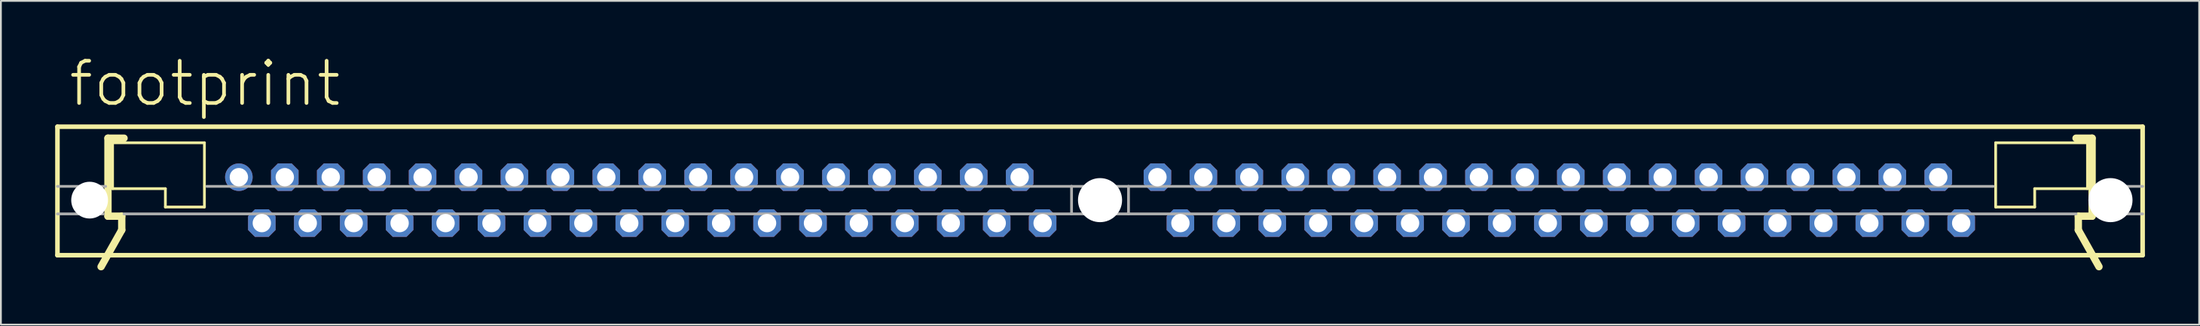
<source format=kicad_pcb>
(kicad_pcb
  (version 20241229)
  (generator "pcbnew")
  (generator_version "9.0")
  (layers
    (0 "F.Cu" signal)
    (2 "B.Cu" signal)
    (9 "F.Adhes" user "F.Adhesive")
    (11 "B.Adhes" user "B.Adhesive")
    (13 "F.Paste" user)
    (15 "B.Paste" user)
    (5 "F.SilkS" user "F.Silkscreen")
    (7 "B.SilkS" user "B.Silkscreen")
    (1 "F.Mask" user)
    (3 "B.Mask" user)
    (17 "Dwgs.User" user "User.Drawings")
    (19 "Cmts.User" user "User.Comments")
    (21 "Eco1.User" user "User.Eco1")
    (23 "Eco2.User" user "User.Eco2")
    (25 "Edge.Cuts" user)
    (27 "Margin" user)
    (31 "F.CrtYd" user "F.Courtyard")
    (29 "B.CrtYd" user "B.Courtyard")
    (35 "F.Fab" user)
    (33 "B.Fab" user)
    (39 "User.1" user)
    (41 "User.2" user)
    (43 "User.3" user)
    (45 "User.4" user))
  (footprint "footprint"
    (layer "F.Cu")
    (at 57.785 8.026)
    (property "Reference" "footprint" (at -57.15 -5.08 0) (layer "F.SilkS") (effects (font (size 2.337 2.337) (thickness 0.203)) (justify left bottom)))
    (fp_line (start -57.658 -4.064) (end 57.658 -4.064) (stroke (width 0.254) (type solid)) (layer "F.SilkS"))
    (fp_line (start -57.658 3.048) (end -57.658 -4.064) (stroke (width 0.254) (type solid)) (layer "F.SilkS"))
    (fp_line (start -54.864 -3.429) (end -54.864 0.889) (stroke (width 0.406) (type solid)) (layer "F.SilkS"))
    (fp_line (start -54.864 0.889) (end -54.102 0.889) (stroke (width 0.406) (type solid)) (layer "F.SilkS"))
    (fp_line (start -54.61 -3.175) (end -54.61 -0.635) (stroke (width 0.152) (type solid)) (layer "F.SilkS"))
    (fp_line (start -54.102 0.889) (end -54.102 1.651) (stroke (width 0.406) (type solid)) (layer "F.SilkS"))
    (fp_line (start -54.102 1.651) (end -55.245 3.683) (stroke (width 0.406) (type solid)) (layer "F.SilkS"))
    (fp_line (start -53.975 -3.429) (end -54.864 -3.429) (stroke (width 0.406) (type solid)) (layer "F.SilkS"))
    (fp_line (start -51.689 -0.635) (end -54.61 -0.635) (stroke (width 0.152) (type solid)) (layer "F.SilkS"))
    (fp_line (start -51.689 0.381) (end -51.689 -0.635) (stroke (width 0.152) (type solid)) (layer "F.SilkS"))
    (fp_line (start -51.689 0.381) (end -49.53 0.381) (stroke (width 0.152) (type solid)) (layer "F.SilkS"))
    (fp_line (start -49.53 -3.175) (end -54.61 -3.175) (stroke (width 0.152) (type solid)) (layer "F.SilkS"))
    (fp_line (start -49.53 0.381) (end -49.53 -3.175) (stroke (width 0.152) (type solid)) (layer "F.SilkS"))
    (fp_line (start 49.53 -3.175) (end 54.61 -3.175) (stroke (width 0.152) (type solid)) (layer "F.SilkS"))
    (fp_line (start 49.53 0.381) (end 49.53 -3.175) (stroke (width 0.152) (type solid)) (layer "F.SilkS"))
    (fp_line (start 51.689 -0.635) (end 54.61 -0.635) (stroke (width 0.152) (type solid)) (layer "F.SilkS"))
    (fp_line (start 51.689 0.381) (end 49.53 0.381) (stroke (width 0.152) (type solid)) (layer "F.SilkS"))
    (fp_line (start 51.689 0.381) (end 51.689 -0.635) (stroke (width 0.152) (type solid)) (layer "F.SilkS"))
    (fp_line (start 53.975 -3.429) (end 54.864 -3.429) (stroke (width 0.406) (type solid)) (layer "F.SilkS"))
    (fp_line (start 54.102 0.889) (end 54.102 1.651) (stroke (width 0.406) (type solid)) (layer "F.SilkS"))
    (fp_line (start 54.102 1.651) (end 55.245 3.683) (stroke (width 0.406) (type solid)) (layer "F.SilkS"))
    (fp_line (start 54.61 -3.175) (end 54.61 -0.635) (stroke (width 0.152) (type solid)) (layer "F.SilkS"))
    (fp_line (start 54.864 -3.429) (end 54.864 0.889) (stroke (width 0.406) (type solid)) (layer "F.SilkS"))
    (fp_line (start 54.864 0.889) (end 54.102 0.889) (stroke (width 0.406) (type solid)) (layer "F.SilkS"))
    (fp_line (start 57.658 -4.064) (end 57.658 3.048) (stroke (width 0.254) (type solid)) (layer "F.SilkS"))
    (fp_line (start 57.658 3.048) (end -57.658 3.048) (stroke (width 0.254) (type solid)) (layer "F.SilkS"))
    (fp_line (start -57.658 -0.762) (end -54.991 -0.762) (stroke (width 0.152) (type solid)) (layer "F.Fab"))
    (fp_line (start -57.658 0.762) (end -55.118 0.762) (stroke (width 0.152) (type solid)) (layer "F.Fab"))
    (fp_line (start -53.975 0.762) (end -1.575 0.762) (stroke (width 0.152) (type solid)) (layer "F.Fab"))
    (fp_line (start -49.403 -0.762) (end -1.575 -0.762) (stroke (width 0.152) (type solid)) (layer "F.Fab"))
    (fp_line (start -1.575 -0.762) (end 1.575 -0.762) (stroke (width 0.152) (type solid)) (layer "F.Fab"))
    (fp_line (start -1.575 0.762) (end -1.575 -0.762) (stroke (width 0.152) (type solid)) (layer "F.Fab"))
    (fp_line (start -1.575 0.762) (end 1.575 0.762) (stroke (width 0.152) (type solid)) (layer "F.Fab"))
    (fp_line (start 1.575 0.762) (end 1.575 -0.762) (stroke (width 0.152) (type solid)) (layer "F.Fab"))
    (fp_line (start 49.403 -0.762) (end 1.575 -0.762) (stroke (width 0.152) (type solid)) (layer "F.Fab"))
    (fp_line (start 53.975 0.762) (end 1.575 0.762) (stroke (width 0.152) (type solid)) (layer "F.Fab"))
    (fp_line (start 57.658 -0.762) (end 55.245 -0.762) (stroke (width 0.152) (type solid)) (layer "F.Fab"))
    (fp_line (start 57.658 0.762) (end 55.118 0.762) (stroke (width 0.152) (type solid)) (layer "F.Fab"))
    (pad "" np_thru_hole circle (at -55.88 0) (size 2.032 2.032) (drill 2.032) (layers "*.Cu" "*.Mask"))
    (pad "" np_thru_hole circle (at 0 0) (size 2.438 2.438) (drill 2.438) (layers "*.Cu" "*.Mask"))
    (pad "" np_thru_hole circle (at 55.88 0) (size 2.438 2.438) (drill 2.438) (layers "*.Cu" "*.Mask"))
    (pad "1" thru_hole circle (at -47.625 -1.27) (size 1.524 1.524) (drill 1.016) (layers "*.Cu" "*.Mask"))
    (pad "2" thru_hole roundrect (at -46.355 1.27) (size 1.524 1.524) (drill 1.016) (layers "*.Cu" "*.Mask") (roundrect_rratio 0.25) (chamfer_ratio 0.25) (chamfer top_left top_right bottom_left bottom_right))
    (pad "3" thru_hole roundrect (at -45.085 -1.27) (size 1.524 1.524) (drill 1.016) (layers "*.Cu" "*.Mask") (roundrect_rratio 0.25) (chamfer_ratio 0.25) (chamfer top_left top_right bottom_left bottom_right))
    (pad "4" thru_hole roundrect (at -43.815 1.27) (size 1.524 1.524) (drill 1.016) (layers "*.Cu" "*.Mask") (roundrect_rratio 0.25) (chamfer_ratio 0.25) (chamfer top_left top_right bottom_left bottom_right))
    (pad "5" thru_hole roundrect (at -42.545 -1.27) (size 1.524 1.524) (drill 1.016) (layers "*.Cu" "*.Mask") (roundrect_rratio 0.25) (chamfer_ratio 0.25) (chamfer top_left top_right bottom_left bottom_right))
    (pad "6" thru_hole roundrect (at -41.275 1.27) (size 1.524 1.524) (drill 1.016) (layers "*.Cu" "*.Mask") (roundrect_rratio 0.25) (chamfer_ratio 0.25) (chamfer top_left top_right bottom_left bottom_right))
    (pad "7" thru_hole roundrect (at -40.005 -1.27) (size 1.524 1.524) (drill 1.016) (layers "*.Cu" "*.Mask") (roundrect_rratio 0.25) (chamfer_ratio 0.25) (chamfer top_left top_right bottom_left bottom_right))
    (pad "8" thru_hole roundrect (at -38.735 1.27) (size 1.524 1.524) (drill 1.016) (layers "*.Cu" "*.Mask") (roundrect_rratio 0.25) (chamfer_ratio 0.25) (chamfer top_left top_right bottom_left bottom_right))
    (pad "9" thru_hole roundrect (at -37.465 -1.27) (size 1.524 1.524) (drill 1.016) (layers "*.Cu" "*.Mask") (roundrect_rratio 0.25) (chamfer_ratio 0.25) (chamfer top_left top_right bottom_left bottom_right))
    (pad "10" thru_hole roundrect (at -36.195 1.27) (size 1.524 1.524) (drill 1.016) (layers "*.Cu" "*.Mask") (roundrect_rratio 0.25) (chamfer_ratio 0.25) (chamfer top_left top_right bottom_left bottom_right))
    (pad "11" thru_hole roundrect (at -34.925 -1.27) (size 1.524 1.524) (drill 1.016) (layers "*.Cu" "*.Mask") (roundrect_rratio 0.25) (chamfer_ratio 0.25) (chamfer top_left top_right bottom_left bottom_right))
    (pad "12" thru_hole roundrect (at -33.655 1.27) (size 1.524 1.524) (drill 1.016) (layers "*.Cu" "*.Mask") (roundrect_rratio 0.25) (chamfer_ratio 0.25) (chamfer top_left top_right bottom_left bottom_right))
    (pad "13" thru_hole roundrect (at -32.385 -1.27) (size 1.524 1.524) (drill 1.016) (layers "*.Cu" "*.Mask") (roundrect_rratio 0.25) (chamfer_ratio 0.25) (chamfer top_left top_right bottom_left bottom_right))
    (pad "14" thru_hole roundrect (at -31.115 1.27) (size 1.524 1.524) (drill 1.016) (layers "*.Cu" "*.Mask") (roundrect_rratio 0.25) (chamfer_ratio 0.25) (chamfer top_left top_right bottom_left bottom_right))
    (pad "15" thru_hole roundrect (at -29.845 -1.27) (size 1.524 1.524) (drill 1.016) (layers "*.Cu" "*.Mask") (roundrect_rratio 0.25) (chamfer_ratio 0.25) (chamfer top_left top_right bottom_left bottom_right))
    (pad "16" thru_hole roundrect (at -28.575 1.27) (size 1.524 1.524) (drill 1.016) (layers "*.Cu" "*.Mask") (roundrect_rratio 0.25) (chamfer_ratio 0.25) (chamfer top_left top_right bottom_left bottom_right))
    (pad "17" thru_hole roundrect (at -27.305 -1.27) (size 1.524 1.524) (drill 1.016) (layers "*.Cu" "*.Mask") (roundrect_rratio 0.25) (chamfer_ratio 0.25) (chamfer top_left top_right bottom_left bottom_right))
    (pad "18" thru_hole roundrect (at -26.035 1.27) (size 1.524 1.524) (drill 1.016) (layers "*.Cu" "*.Mask") (roundrect_rratio 0.25) (chamfer_ratio 0.25) (chamfer top_left top_right bottom_left bottom_right))
    (pad "19" thru_hole roundrect (at -24.765 -1.27) (size 1.524 1.524) (drill 1.016) (layers "*.Cu" "*.Mask") (roundrect_rratio 0.25) (chamfer_ratio 0.25) (chamfer top_left top_right bottom_left bottom_right))
    (pad "20" thru_hole roundrect (at -23.495 1.27) (size 1.524 1.524) (drill 1.016) (layers "*.Cu" "*.Mask") (roundrect_rratio 0.25) (chamfer_ratio 0.25) (chamfer top_left top_right bottom_left bottom_right))
    (pad "21" thru_hole roundrect (at -22.225 -1.27) (size 1.524 1.524) (drill 1.016) (layers "*.Cu" "*.Mask") (roundrect_rratio 0.25) (chamfer_ratio 0.25) (chamfer top_left top_right bottom_left bottom_right))
    (pad "22" thru_hole roundrect (at -20.955 1.27) (size 1.524 1.524) (drill 1.016) (layers "*.Cu" "*.Mask") (roundrect_rratio 0.25) (chamfer_ratio 0.25) (chamfer top_left top_right bottom_left bottom_right))
    (pad "23" thru_hole roundrect (at -19.685 -1.27) (size 1.524 1.524) (drill 1.016) (layers "*.Cu" "*.Mask") (roundrect_rratio 0.25) (chamfer_ratio 0.25) (chamfer top_left top_right bottom_left bottom_right))
    (pad "24" thru_hole roundrect (at -18.415 1.27) (size 1.524 1.524) (drill 1.016) (layers "*.Cu" "*.Mask") (roundrect_rratio 0.25) (chamfer_ratio 0.25) (chamfer top_left top_right bottom_left bottom_right))
    (pad "25" thru_hole roundrect (at -17.145 -1.27) (size 1.524 1.524) (drill 1.016) (layers "*.Cu" "*.Mask") (roundrect_rratio 0.25) (chamfer_ratio 0.25) (chamfer top_left top_right bottom_left bottom_right))
    (pad "26" thru_hole roundrect (at -15.875 1.27) (size 1.524 1.524) (drill 1.016) (layers "*.Cu" "*.Mask") (roundrect_rratio 0.25) (chamfer_ratio 0.25) (chamfer top_left top_right bottom_left bottom_right))
    (pad "27" thru_hole roundrect (at -14.605 -1.27) (size 1.524 1.524) (drill 1.016) (layers "*.Cu" "*.Mask") (roundrect_rratio 0.25) (chamfer_ratio 0.25) (chamfer top_left top_right bottom_left bottom_right))
    (pad "28" thru_hole roundrect (at -13.335 1.27) (size 1.524 1.524) (drill 1.016) (layers "*.Cu" "*.Mask") (roundrect_rratio 0.25) (chamfer_ratio 0.25) (chamfer top_left top_right bottom_left bottom_right))
    (pad "29" thru_hole roundrect (at -12.065 -1.27) (size 1.524 1.524) (drill 1.016) (layers "*.Cu" "*.Mask") (roundrect_rratio 0.25) (chamfer_ratio 0.25) (chamfer top_left top_right bottom_left bottom_right))
    (pad "30" thru_hole roundrect (at -10.795 1.27) (size 1.524 1.524) (drill 1.016) (layers "*.Cu" "*.Mask") (roundrect_rratio 0.25) (chamfer_ratio 0.25) (chamfer top_left top_right bottom_left bottom_right))
    (pad "31" thru_hole roundrect (at -9.525 -1.27) (size 1.524 1.524) (drill 1.016) (layers "*.Cu" "*.Mask") (roundrect_rratio 0.25) (chamfer_ratio 0.25) (chamfer top_left top_right bottom_left bottom_right))
    (pad "32" thru_hole roundrect (at -8.255 1.27) (size 1.524 1.524) (drill 1.016) (layers "*.Cu" "*.Mask") (roundrect_rratio 0.25) (chamfer_ratio 0.25) (chamfer top_left top_right bottom_left bottom_right))
    (pad "33" thru_hole roundrect (at -6.985 -1.27) (size 1.524 1.524) (drill 1.016) (layers "*.Cu" "*.Mask") (roundrect_rratio 0.25) (chamfer_ratio 0.25) (chamfer top_left top_right bottom_left bottom_right))
    (pad "34" thru_hole roundrect (at -5.715 1.27) (size 1.524 1.524) (drill 1.016) (layers "*.Cu" "*.Mask") (roundrect_rratio 0.25) (chamfer_ratio 0.25) (chamfer top_left top_right bottom_left bottom_right))
    (pad "35" thru_hole roundrect (at -4.445 -1.27) (size 1.524 1.524) (drill 1.016) (layers "*.Cu" "*.Mask") (roundrect_rratio 0.25) (chamfer_ratio 0.25) (chamfer top_left top_right bottom_left bottom_right))
    (pad "36" thru_hole roundrect (at -3.175 1.27) (size 1.524 1.524) (drill 1.016) (layers "*.Cu" "*.Mask") (roundrect_rratio 0.25) (chamfer_ratio 0.25) (chamfer top_left top_right bottom_left bottom_right))
    (pad "37" thru_hole roundrect (at 3.175 -1.27) (size 1.524 1.524) (drill 1.016) (layers "*.Cu" "*.Mask") (roundrect_rratio 0.25) (chamfer_ratio 0.25) (chamfer top_left top_right bottom_left bottom_right))
    (pad "38" thru_hole roundrect (at 4.445 1.27) (size 1.524 1.524) (drill 1.016) (layers "*.Cu" "*.Mask") (roundrect_rratio 0.25) (chamfer_ratio 0.25) (chamfer top_left top_right bottom_left bottom_right))
    (pad "39" thru_hole roundrect (at 5.715 -1.27) (size 1.524 1.524) (drill 1.016) (layers "*.Cu" "*.Mask") (roundrect_rratio 0.25) (chamfer_ratio 0.25) (chamfer top_left top_right bottom_left bottom_right))
    (pad "40" thru_hole roundrect (at 6.985 1.27) (size 1.524 1.524) (drill 1.016) (layers "*.Cu" "*.Mask") (roundrect_rratio 0.25) (chamfer_ratio 0.25) (chamfer top_left top_right bottom_left bottom_right))
    (pad "41" thru_hole roundrect (at 8.255 -1.27) (size 1.524 1.524) (drill 1.016) (layers "*.Cu" "*.Mask") (roundrect_rratio 0.25) (chamfer_ratio 0.25) (chamfer top_left top_right bottom_left bottom_right))
    (pad "42" thru_hole roundrect (at 9.525 1.27) (size 1.524 1.524) (drill 1.016) (layers "*.Cu" "*.Mask") (roundrect_rratio 0.25) (chamfer_ratio 0.25) (chamfer top_left top_right bottom_left bottom_right))
    (pad "43" thru_hole roundrect (at 10.795 -1.27) (size 1.524 1.524) (drill 1.016) (layers "*.Cu" "*.Mask") (roundrect_rratio 0.25) (chamfer_ratio 0.25) (chamfer top_left top_right bottom_left bottom_right))
    (pad "44" thru_hole roundrect (at 12.065 1.27) (size 1.524 1.524) (drill 1.016) (layers "*.Cu" "*.Mask") (roundrect_rratio 0.25) (chamfer_ratio 0.25) (chamfer top_left top_right bottom_left bottom_right))
    (pad "45" thru_hole roundrect (at 13.335 -1.27) (size 1.524 1.524) (drill 1.016) (layers "*.Cu" "*.Mask") (roundrect_rratio 0.25) (chamfer_ratio 0.25) (chamfer top_left top_right bottom_left bottom_right))
    (pad "46" thru_hole roundrect (at 14.605 1.27) (size 1.524 1.524) (drill 1.016) (layers "*.Cu" "*.Mask") (roundrect_rratio 0.25) (chamfer_ratio 0.25) (chamfer top_left top_right bottom_left bottom_right))
    (pad "47" thru_hole roundrect (at 15.875 -1.27) (size 1.524 1.524) (drill 1.016) (layers "*.Cu" "*.Mask") (roundrect_rratio 0.25) (chamfer_ratio 0.25) (chamfer top_left top_right bottom_left bottom_right))
    (pad "48" thru_hole roundrect (at 17.145 1.27) (size 1.524 1.524) (drill 1.016) (layers "*.Cu" "*.Mask") (roundrect_rratio 0.25) (chamfer_ratio 0.25) (chamfer top_left top_right bottom_left bottom_right))
    (pad "49" thru_hole roundrect (at 18.415 -1.27) (size 1.524 1.524) (drill 1.016) (layers "*.Cu" "*.Mask") (roundrect_rratio 0.25) (chamfer_ratio 0.25) (chamfer top_left top_right bottom_left bottom_right))
    (pad "50" thru_hole roundrect (at 19.685 1.27) (size 1.524 1.524) (drill 1.016) (layers "*.Cu" "*.Mask") (roundrect_rratio 0.25) (chamfer_ratio 0.25) (chamfer top_left top_right bottom_left bottom_right))
    (pad "51" thru_hole roundrect (at 20.955 -1.27) (size 1.524 1.524) (drill 1.016) (layers "*.Cu" "*.Mask") (roundrect_rratio 0.25) (chamfer_ratio 0.25) (chamfer top_left top_right bottom_left bottom_right))
    (pad "52" thru_hole roundrect (at 22.225 1.27) (size 1.524 1.524) (drill 1.016) (layers "*.Cu" "*.Mask") (roundrect_rratio 0.25) (chamfer_ratio 0.25) (chamfer top_left top_right bottom_left bottom_right))
    (pad "53" thru_hole roundrect (at 23.495 -1.27) (size 1.524 1.524) (drill 1.016) (layers "*.Cu" "*.Mask") (roundrect_rratio 0.25) (chamfer_ratio 0.25) (chamfer top_left top_right bottom_left bottom_right))
    (pad "54" thru_hole roundrect (at 24.765 1.27) (size 1.524 1.524) (drill 1.016) (layers "*.Cu" "*.Mask") (roundrect_rratio 0.25) (chamfer_ratio 0.25) (chamfer top_left top_right bottom_left bottom_right))
    (pad "55" thru_hole roundrect (at 26.035 -1.27) (size 1.524 1.524) (drill 1.016) (layers "*.Cu" "*.Mask") (roundrect_rratio 0.25) (chamfer_ratio 0.25) (chamfer top_left top_right bottom_left bottom_right))
    (pad "56" thru_hole roundrect (at 27.305 1.27) (size 1.524 1.524) (drill 1.016) (layers "*.Cu" "*.Mask") (roundrect_rratio 0.25) (chamfer_ratio 0.25) (chamfer top_left top_right bottom_left bottom_right))
    (pad "57" thru_hole roundrect (at 28.575 -1.27) (size 1.524 1.524) (drill 1.016) (layers "*.Cu" "*.Mask") (roundrect_rratio 0.25) (chamfer_ratio 0.25) (chamfer top_left top_right bottom_left bottom_right))
    (pad "58" thru_hole roundrect (at 29.845 1.27) (size 1.524 1.524) (drill 1.016) (layers "*.Cu" "*.Mask") (roundrect_rratio 0.25) (chamfer_ratio 0.25) (chamfer top_left top_right bottom_left bottom_right))
    (pad "59" thru_hole roundrect (at 31.115 -1.27) (size 1.524 1.524) (drill 1.016) (layers "*.Cu" "*.Mask") (roundrect_rratio 0.25) (chamfer_ratio 0.25) (chamfer top_left top_right bottom_left bottom_right))
    (pad "60" thru_hole roundrect (at 32.385 1.27) (size 1.524 1.524) (drill 1.016) (layers "*.Cu" "*.Mask") (roundrect_rratio 0.25) (chamfer_ratio 0.25) (chamfer top_left top_right bottom_left bottom_right))
    (pad "61" thru_hole roundrect (at 33.655 -1.27) (size 1.524 1.524) (drill 1.016) (layers "*.Cu" "*.Mask") (roundrect_rratio 0.25) (chamfer_ratio 0.25) (chamfer top_left top_right bottom_left bottom_right))
    (pad "62" thru_hole roundrect (at 34.925 1.27) (size 1.524 1.524) (drill 1.016) (layers "*.Cu" "*.Mask") (roundrect_rratio 0.25) (chamfer_ratio 0.25) (chamfer top_left top_right bottom_left bottom_right))
    (pad "63" thru_hole roundrect (at 36.195 -1.27) (size 1.524 1.524) (drill 1.016) (layers "*.Cu" "*.Mask") (roundrect_rratio 0.25) (chamfer_ratio 0.25) (chamfer top_left top_right bottom_left bottom_right))
    (pad "64" thru_hole roundrect (at 37.465 1.27) (size 1.524 1.524) (drill 1.016) (layers "*.Cu" "*.Mask") (roundrect_rratio 0.25) (chamfer_ratio 0.25) (chamfer top_left top_right bottom_left bottom_right))
    (pad "65" thru_hole roundrect (at 38.735 -1.27) (size 1.524 1.524) (drill 1.016) (layers "*.Cu" "*.Mask") (roundrect_rratio 0.25) (chamfer_ratio 0.25) (chamfer top_left top_right bottom_left bottom_right))
    (pad "66" thru_hole roundrect (at 40.005 1.27) (size 1.524 1.524) (drill 1.016) (layers "*.Cu" "*.Mask") (roundrect_rratio 0.25) (chamfer_ratio 0.25) (chamfer top_left top_right bottom_left bottom_right))
    (pad "67" thru_hole roundrect (at 41.275 -1.27) (size 1.524 1.524) (drill 1.016) (layers "*.Cu" "*.Mask") (roundrect_rratio 0.25) (chamfer_ratio 0.25) (chamfer top_left top_right bottom_left bottom_right))
    (pad "68" thru_hole roundrect (at 42.545 1.27) (size 1.524 1.524) (drill 1.016) (layers "*.Cu" "*.Mask") (roundrect_rratio 0.25) (chamfer_ratio 0.25) (chamfer top_left top_right bottom_left bottom_right))
    (pad "69" thru_hole roundrect (at 43.815 -1.27) (size 1.524 1.524) (drill 1.016) (layers "*.Cu" "*.Mask") (roundrect_rratio 0.25) (chamfer_ratio 0.25) (chamfer top_left top_right bottom_left bottom_right))
    (pad "70" thru_hole roundrect (at 45.085 1.27) (size 1.524 1.524) (drill 1.016) (layers "*.Cu" "*.Mask") (roundrect_rratio 0.25) (chamfer_ratio 0.25) (chamfer top_left top_right bottom_left bottom_right))
    (pad "71" thru_hole roundrect (at 46.355 -1.27) (size 1.524 1.524) (drill 1.016) (layers "*.Cu" "*.Mask") (roundrect_rratio 0.25) (chamfer_ratio 0.25) (chamfer top_left top_right bottom_left bottom_right))
    (pad "72" thru_hole roundrect (at 47.625 1.27) (size 1.524 1.524) (drill 1.016) (layers "*.Cu" "*.Mask") (roundrect_rratio 0.25) (chamfer_ratio 0.25) (chamfer top_left top_right bottom_left bottom_right)))
  (gr_rect
    (start -3 -3)
    (end 118.57 14.913)
    (stroke (width 0.1) (type default))
    (fill no)
    (layer "Edge.Cuts")))
</source>
